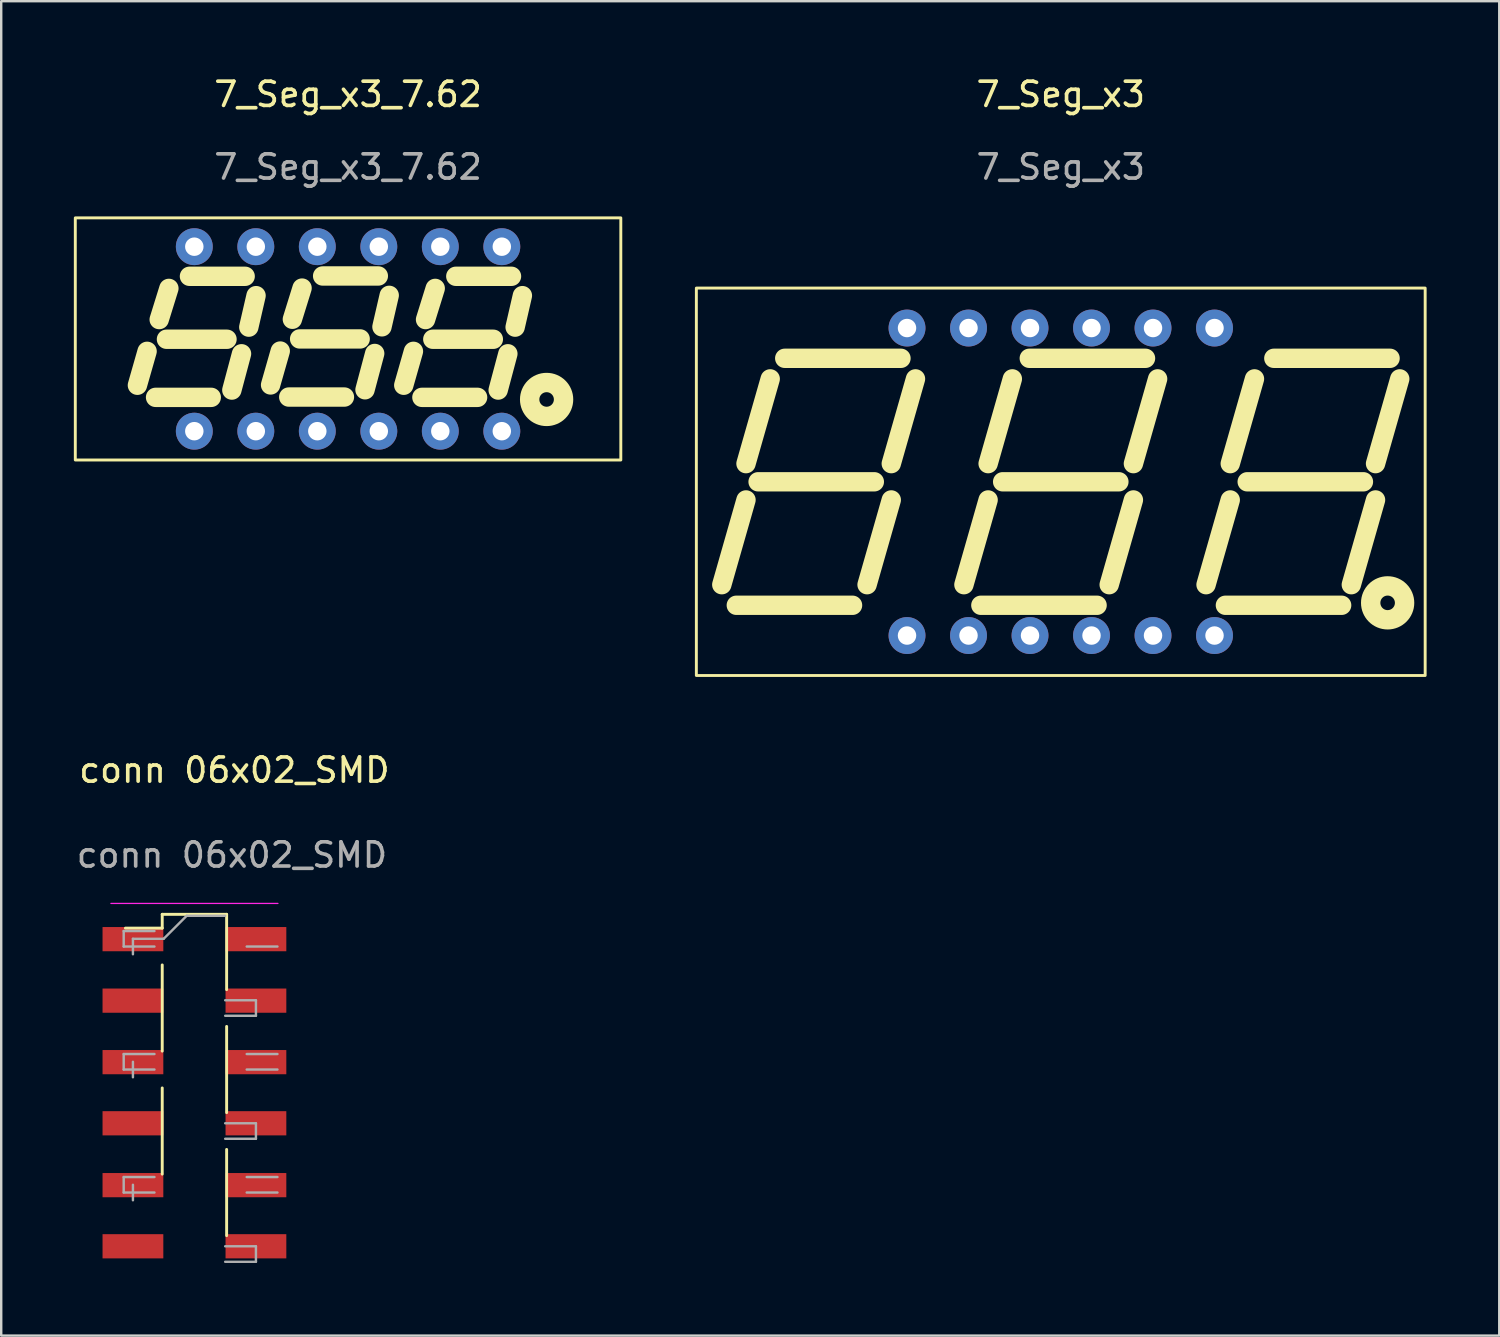
<source format=kicad_pcb>
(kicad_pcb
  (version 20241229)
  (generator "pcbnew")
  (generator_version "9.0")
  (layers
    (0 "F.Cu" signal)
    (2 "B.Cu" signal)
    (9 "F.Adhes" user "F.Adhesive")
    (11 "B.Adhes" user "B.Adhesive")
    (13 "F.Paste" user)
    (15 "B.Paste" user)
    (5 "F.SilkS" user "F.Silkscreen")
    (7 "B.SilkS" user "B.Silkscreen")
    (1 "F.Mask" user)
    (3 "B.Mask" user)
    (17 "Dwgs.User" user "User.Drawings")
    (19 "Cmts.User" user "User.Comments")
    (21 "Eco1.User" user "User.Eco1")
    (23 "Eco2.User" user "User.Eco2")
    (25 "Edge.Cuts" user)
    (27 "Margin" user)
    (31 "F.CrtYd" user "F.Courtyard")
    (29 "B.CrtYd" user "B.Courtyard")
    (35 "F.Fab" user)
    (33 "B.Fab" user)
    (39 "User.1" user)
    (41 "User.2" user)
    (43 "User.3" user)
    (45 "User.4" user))
  (footprint "7_Seg_x3_7.62"
    (layer "F.Cu")
    (at 11.325 10.948)
    (property "Reference" "7_Seg_x3_7.62" (at 0 -10.1 0) (unlocked yes) (layer "F.SilkS") (effects (font (size 1 1) (thickness 0.15))))
    (attr through_hole)
    (fp_line (start -8.7 1.913) (end -8.3 0.512) (stroke (width 0.8) (type solid)) (layer "F.SilkS"))
    (fp_line (start -7.95 2.413) (end -5.65 2.413) (stroke (width 0.8) (type solid)) (layer "F.SilkS"))
    (fp_line (start -7.8 -0.8) (end -7.4 -2.087) (stroke (width 0.8) (type solid)) (layer "F.SilkS"))
    (fp_line (start -7.5 0.013) (end -5 0.013) (stroke (width 0.8) (type solid)) (layer "F.SilkS"))
    (fp_line (start -6.55 -2.587) (end -4.25 -2.587) (stroke (width 0.8) (type solid)) (layer "F.SilkS"))
    (fp_line (start -4.8 2.112) (end -4.4 0.613) (stroke (width 0.8) (type solid)) (layer "F.SilkS"))
    (fp_line (start -4.1 -0.487) (end -3.8 -1.788) (stroke (width 0.8) (type solid)) (layer "F.SilkS"))
    (fp_line (start -3.2 1.9) (end -2.8 0.5) (stroke (width 0.8) (type solid)) (layer "F.SilkS"))
    (fp_line (start -2.45 2.4) (end -0.15 2.4) (stroke (width 0.8) (type solid)) (layer "F.SilkS"))
    (fp_line (start -2.3 -0.812) (end -1.9 -2.1) (stroke (width 0.8) (type solid)) (layer "F.SilkS"))
    (fp_line (start -2 0) (end 0.5 0) (stroke (width 0.8) (type solid)) (layer "F.SilkS"))
    (fp_line (start -1.05 -2.6) (end 1.25 -2.6) (stroke (width 0.8) (type solid)) (layer "F.SilkS"))
    (fp_line (start 0.7 2.1) (end 1.1 0.6) (stroke (width 0.8) (type solid)) (layer "F.SilkS"))
    (fp_line (start 1.4 -0.5) (end 1.7 -1.8) (stroke (width 0.8) (type solid)) (layer "F.SilkS"))
    (fp_line (start 2.3 1.913) (end 2.7 0.512) (stroke (width 0.8) (type solid)) (layer "F.SilkS"))
    (fp_line (start 3.05 2.413) (end 5.35 2.413) (stroke (width 0.8) (type solid)) (layer "F.SilkS"))
    (fp_line (start 3.2 -0.8) (end 3.6 -2.087) (stroke (width 0.8) (type solid)) (layer "F.SilkS"))
    (fp_line (start 3.5 0.013) (end 6 0.013) (stroke (width 0.8) (type solid)) (layer "F.SilkS"))
    (fp_line (start 4.45 -2.587) (end 6.75 -2.587) (stroke (width 0.8) (type solid)) (layer "F.SilkS"))
    (fp_line (start 6.2 2.112) (end 6.6 0.613) (stroke (width 0.8) (type solid)) (layer "F.SilkS"))
    (fp_line (start 6.9 -0.487) (end 7.2 -1.788) (stroke (width 0.8) (type solid)) (layer "F.SilkS"))
    (fp_rect (start -11.265 -5) (end 11.265 5) (stroke (width 0.12) (type solid)) (fill no) (layer "F.SilkS"))
    (fp_circle (center 8.2 2.5) (end 8.5 2.5) (stroke (width 0.8) (type solid)) (fill no) (layer "F.SilkS"))
    (fp_text user "${REFERENCE}" (at 0 -7.1 0) (unlocked yes) (layer "F.Fab") (effects (font (size 1 1) (thickness 0.15))))
    (pad "1" thru_hole circle (at -6.35 3.81) (size 1.524 1.524) (drill 0.762) (layers "*.Cu" "*.Mask"))
    (pad "2" thru_hole circle (at -3.81 3.81) (size 1.524 1.524) (drill 0.762) (layers "*.Cu" "*.Mask"))
    (pad "3" thru_hole circle (at -1.27 3.81) (size 1.524 1.524) (drill 0.762) (layers "*.Cu" "*.Mask"))
    (pad "4" thru_hole circle (at 1.27 3.81) (size 1.524 1.524) (drill 0.762) (layers "*.Cu" "*.Mask"))
    (pad "5" thru_hole circle (at 3.81 3.81) (size 1.524 1.524) (drill 0.762) (layers "*.Cu" "*.Mask"))
    (pad "6" thru_hole circle (at 6.35 3.81) (size 1.524 1.524) (drill 0.762) (layers "*.Cu" "*.Mask"))
    (pad "7" thru_hole circle (at 6.35 -3.81) (size 1.524 1.524) (drill 0.762) (layers "*.Cu" "*.Mask"))
    (pad "8" thru_hole circle (at 3.81 -3.81) (size 1.524 1.524) (drill 0.762) (layers "*.Cu" "*.Mask"))
    (pad "9" thru_hole circle (at 1.27 -3.81) (size 1.524 1.524) (drill 0.762) (layers "*.Cu" "*.Mask"))
    (pad "10" thru_hole circle (at -1.27 -3.81) (size 1.524 1.524) (drill 0.762) (layers "*.Cu" "*.Mask"))
    (pad "11" thru_hole circle (at -3.81 -3.81) (size 1.524 1.524) (drill 0.762) (layers "*.Cu" "*.Mask"))
    (pad "12" thru_hole circle (at -6.35 -3.81) (size 1.524 1.524) (drill 0.762) (layers "*.Cu" "*.Mask")))
  (footprint "conn 06x02_SMD"
    (layer "F.Cu")
    (at 6.631 48.757)
    (property "Reference" "conn 06x02_SMD" (at 0 -20 0) (unlocked yes) (layer "F.SilkS") (effects (font (size 1 1) (thickness 0.15))))
    (attr smd)
    (fp_line (start -2.981 -14.045) (end -2.981 -13.475) (stroke (width 0.12) (type solid)) (layer "F.SilkS"))
    (fp_line (start -2.981 -14.045) (end -0.321 -14.045) (stroke (width 0.12) (type solid)) (layer "F.SilkS"))
    (fp_line (start -2.981 -13.475) (end -4.501 -13.475) (stroke (width 0.12) (type solid)) (layer "F.SilkS"))
    (fp_line (start -2.981 -11.955) (end -2.981 -8.395) (stroke (width 0.12) (type solid)) (layer "F.SilkS"))
    (fp_line (start -2.981 -6.875) (end -2.981 -3.315) (stroke (width 0.12) (type solid)) (layer "F.SilkS"))
    (fp_line (start -0.321 -14.045) (end -0.321 -10.935) (stroke (width 0.12) (type solid)) (layer "F.SilkS"))
    (fp_line (start -0.321 -9.415) (end -0.321 -5.855) (stroke (width 0.12) (type solid)) (layer "F.SilkS"))
    (fp_line (start -0.321 -4.335) (end -0.321 -0.775) (stroke (width 0.12) (type solid)) (layer "F.SilkS"))
    (fp_line (start 1.799 -14.495) (end -5.101 -14.495) (stroke (width 0.05) (type solid)) (layer "F.CrtYd"))
    (fp_line (start -4.572 -13.355) (end -4.572 -12.715) (stroke (width 0.1) (type solid)) (layer "F.Fab"))
    (fp_line (start -4.572 -12.715) (end -3.302 -12.715) (stroke (width 0.1) (type solid)) (layer "F.Fab"))
    (fp_line (start -4.572 -8.275) (end -4.572 -7.635) (stroke (width 0.1) (type solid)) (layer "F.Fab"))
    (fp_line (start -4.572 -7.635) (end -3.302 -7.635) (stroke (width 0.1) (type solid)) (layer "F.Fab"))
    (fp_line (start -4.572 -3.195) (end -4.572 -2.555) (stroke (width 0.1) (type solid)) (layer "F.Fab"))
    (fp_line (start -4.572 -2.555) (end -3.302 -2.555) (stroke (width 0.1) (type solid)) (layer "F.Fab"))
    (fp_line (start -4.191 -13.035) (end -4.191 -12.395) (stroke (width 0.1) (type solid)) (layer "F.Fab"))
    (fp_line (start -4.191 -7.955) (end -4.191 -7.315) (stroke (width 0.1) (type solid)) (layer "F.Fab"))
    (fp_line (start -4.191 -2.875) (end -4.191 -2.235) (stroke (width 0.1) (type solid)) (layer "F.Fab"))
    (fp_line (start -3.302 -13.355) (end -4.572 -13.355) (stroke (width 0.1) (type solid)) (layer "F.Fab"))
    (fp_line (start -3.302 -8.275) (end -4.572 -8.275) (stroke (width 0.1) (type solid)) (layer "F.Fab"))
    (fp_line (start -3.302 -3.195) (end -4.572 -3.195) (stroke (width 0.1) (type solid)) (layer "F.Fab"))
    (fp_line (start -2.921 -13.035) (end -4.191 -13.035) (stroke (width 0.1) (type solid)) (layer "F.Fab"))
    (fp_line (start -2.921 -13.035) (end -1.971 -13.985) (stroke (width 0.1) (type solid)) (layer "F.Fab"))
    (fp_line (start -1.971 -13.985) (end -0.381 -13.985) (stroke (width 0.1) (type solid)) (layer "F.Fab"))
    (fp_line (start -0.381 -10.495) (end 0.889 -10.495) (stroke (width 0.1) (type solid)) (layer "F.Fab"))
    (fp_line (start -0.381 -5.415) (end 0.889 -5.415) (stroke (width 0.1) (type solid)) (layer "F.Fab"))
    (fp_line (start -0.381 -0.335) (end 0.889 -0.335) (stroke (width 0.1) (type solid)) (layer "F.Fab"))
    (fp_line (start 0.508 -12.715) (end 1.778 -12.715) (stroke (width 0.1) (type solid)) (layer "F.Fab"))
    (fp_line (start 0.508 -7.635) (end 1.778 -7.635) (stroke (width 0.1) (type solid)) (layer "F.Fab"))
    (fp_line (start 0.508 -2.555) (end 1.778 -2.555) (stroke (width 0.1) (type solid)) (layer "F.Fab"))
    (fp_line (start 0.889 -10.495) (end 0.889 -9.855) (stroke (width 0.1) (type solid)) (layer "F.Fab"))
    (fp_line (start 0.889 -9.855) (end -0.381 -9.855) (stroke (width 0.1) (type solid)) (layer "F.Fab"))
    (fp_line (start 0.889 -5.415) (end 0.889 -4.775) (stroke (width 0.1) (type solid)) (layer "F.Fab"))
    (fp_line (start 0.889 -4.775) (end -0.381 -4.775) (stroke (width 0.1) (type solid)) (layer "F.Fab"))
    (fp_line (start 0.889 -0.335) (end 0.889 0.305) (stroke (width 0.1) (type solid)) (layer "F.Fab"))
    (fp_line (start 0.889 0.305) (end -0.381 0.305) (stroke (width 0.1) (type solid)) (layer "F.Fab"))
    (fp_line (start 1.778 -8.275) (end 0.508 -8.275) (stroke (width 0.1) (type solid)) (layer "F.Fab"))
    (fp_line (start 1.778 -3.195) (end 0.508 -3.195) (stroke (width 0.1) (type solid)) (layer "F.Fab"))
    (fp_text user "${REFERENCE}" (at -0.101 -16.495 0) (unlocked yes) (layer "F.Fab") (effects (font (size 1 1) (thickness 0.15))))
    (pad "1" smd rect (at -4.191 -13.02) (size 2.51 1) (layers "F.Cu" "F.Mask" "F.Paste"))
    (pad "2" smd rect (at 0.889 -13.02) (size 2.51 1) (layers "F.Cu" "F.Mask" "F.Paste"))
    (pad "3" smd rect (at -4.191 -10.48) (size 2.51 1) (layers "F.Cu" "F.Mask" "F.Paste"))
    (pad "4" smd rect (at 0.889 -10.48) (size 2.51 1) (layers "F.Cu" "F.Mask" "F.Paste"))
    (pad "5" smd rect (at -4.191 -7.94) (size 2.51 1) (layers "F.Cu" "F.Mask" "F.Paste"))
    (pad "6" smd rect (at 0.889 -7.94) (size 2.51 1) (layers "F.Cu" "F.Mask" "F.Paste"))
    (pad "7" smd rect (at -4.191 -5.415) (size 2.51 1) (layers "F.Cu" "F.Mask" "F.Paste"))
    (pad "8" smd rect (at 0.889 -5.415) (size 2.51 1) (layers "F.Cu" "F.Mask" "F.Paste"))
    (pad "9" smd rect (at -4.191 -2.86) (size 2.51 1) (layers "F.Cu" "F.Mask" "F.Paste"))
    (pad "10" smd rect (at 0.889 -2.86) (size 2.51 1) (layers "F.Cu" "F.Mask" "F.Paste"))
    (pad "11" smd rect (at -4.191 -0.335) (size 2.51 1) (layers "F.Cu" "F.Mask" "F.Paste"))
    (pad "12" smd rect (at 0.889 -0.335) (size 2.51 1) (layers "F.Cu" "F.Mask" "F.Paste")))
  (footprint "7_Seg_x3"
    (layer "F.Cu")
    (at 40.76 16.848)
    (property "Reference" "7_Seg_x3" (at 0 -16 0) (unlocked yes) (layer "F.SilkS") (effects (font (size 1 1) (thickness 0.15))))
    (attr through_hole)
    (fp_line (start -14 4.25) (end -13 0.75) (stroke (width 0.8) (type solid)) (layer "F.SilkS"))
    (fp_line (start -13.4 5.1) (end -8.6 5.1) (stroke (width 0.8) (type solid)) (layer "F.SilkS"))
    (fp_line (start -13 -0.75) (end -12 -4.25) (stroke (width 0.8) (type solid)) (layer "F.SilkS"))
    (fp_line (start -12.5 0) (end -7.7 0) (stroke (width 0.8) (type solid)) (layer "F.SilkS"))
    (fp_line (start -11.4 -5.1) (end -6.6 -5.1) (stroke (width 0.8) (type solid)) (layer "F.SilkS"))
    (fp_line (start -8 4.25) (end -7 0.75) (stroke (width 0.8) (type solid)) (layer "F.SilkS"))
    (fp_line (start -7 -0.75) (end -6 -4.25) (stroke (width 0.8) (type solid)) (layer "F.SilkS"))
    (fp_line (start -4 4.25) (end -3 0.75) (stroke (width 0.8) (type solid)) (layer "F.SilkS"))
    (fp_line (start -3.3 5.1) (end 1.5 5.1) (stroke (width 0.8) (type solid)) (layer "F.SilkS"))
    (fp_line (start -3 -0.75) (end -2 -4.25) (stroke (width 0.8) (type solid)) (layer "F.SilkS"))
    (fp_line (start -2.4 0) (end 2.4 0) (stroke (width 0.8) (type solid)) (layer "F.SilkS"))
    (fp_line (start -1.3 -5.1) (end 3.5 -5.1) (stroke (width 0.8) (type solid)) (layer "F.SilkS"))
    (fp_line (start 2 4.25) (end 3 0.75) (stroke (width 0.8) (type solid)) (layer "F.SilkS"))
    (fp_line (start 3 -0.75) (end 4 -4.25) (stroke (width 0.8) (type solid)) (layer "F.SilkS"))
    (fp_line (start 6 4.25) (end 7 0.75) (stroke (width 0.8) (type solid)) (layer "F.SilkS"))
    (fp_line (start 6.8 5.1) (end 11.6 5.1) (stroke (width 0.8) (type solid)) (layer "F.SilkS"))
    (fp_line (start 7 -0.75) (end 8 -4.25) (stroke (width 0.8) (type solid)) (layer "F.SilkS"))
    (fp_line (start 7.7 0) (end 12.5 0) (stroke (width 0.8) (type solid)) (layer "F.SilkS"))
    (fp_line (start 8.8 -5.1) (end 13.6 -5.1) (stroke (width 0.8) (type solid)) (layer "F.SilkS"))
    (fp_line (start 12 4.25) (end 13 0.75) (stroke (width 0.8) (type solid)) (layer "F.SilkS"))
    (fp_line (start 13 -0.75) (end 14 -4.25) (stroke (width 0.8) (type solid)) (layer "F.SilkS"))
    (fp_rect (start -15.05 -8) (end 15.05 8) (stroke (width 0.12) (type solid)) (fill no) (layer "F.SilkS"))
    (fp_circle (center 13.5 5) (end 13.8 5) (stroke (width 0.8) (type solid)) (fill no) (layer "F.SilkS"))
    (fp_text user "${REFERENCE}" (at 0 -13 0) (unlocked yes) (layer "F.Fab") (effects (font (size 1 1) (thickness 0.15))))
    (pad "1" thru_hole circle (at -6.35 6.35) (size 1.524 1.524) (drill 0.762) (layers "*.Cu" "*.Mask"))
    (pad "2" thru_hole circle (at -3.81 6.35) (size 1.524 1.524) (drill 0.762) (layers "*.Cu" "*.Mask"))
    (pad "3" thru_hole circle (at -1.27 6.35) (size 1.524 1.524) (drill 0.762) (layers "*.Cu" "*.Mask"))
    (pad "4" thru_hole circle (at 1.27 6.35) (size 1.524 1.524) (drill 0.762) (layers "*.Cu" "*.Mask"))
    (pad "5" thru_hole circle (at 3.81 6.35) (size 1.524 1.524) (drill 0.762) (layers "*.Cu" "*.Mask"))
    (pad "6" thru_hole circle (at 6.35 6.35) (size 1.524 1.524) (drill 0.762) (layers "*.Cu" "*.Mask"))
    (pad "7" thru_hole circle (at 6.35 -6.35) (size 1.524 1.524) (drill 0.762) (layers "*.Cu" "*.Mask"))
    (pad "8" thru_hole circle (at 3.81 -6.35) (size 1.524 1.524) (drill 0.762) (layers "*.Cu" "*.Mask"))
    (pad "9" thru_hole circle (at 1.27 -6.35) (size 1.524 1.524) (drill 0.762) (layers "*.Cu" "*.Mask"))
    (pad "10" thru_hole circle (at -1.27 -6.35) (size 1.524 1.524) (drill 0.762) (layers "*.Cu" "*.Mask"))
    (pad "11" thru_hole circle (at -3.81 -6.35) (size 1.524 1.524) (drill 0.762) (layers "*.Cu" "*.Mask"))
    (pad "12" thru_hole circle (at -6.35 -6.35) (size 1.524 1.524) (drill 0.762) (layers "*.Cu" "*.Mask")))
  (gr_rect
    (start -3 -3)
    (end 58.87 52.111)
    (stroke (width 0.1) (type default))
    (fill no)
    (layer "Edge.Cuts")))
</source>
